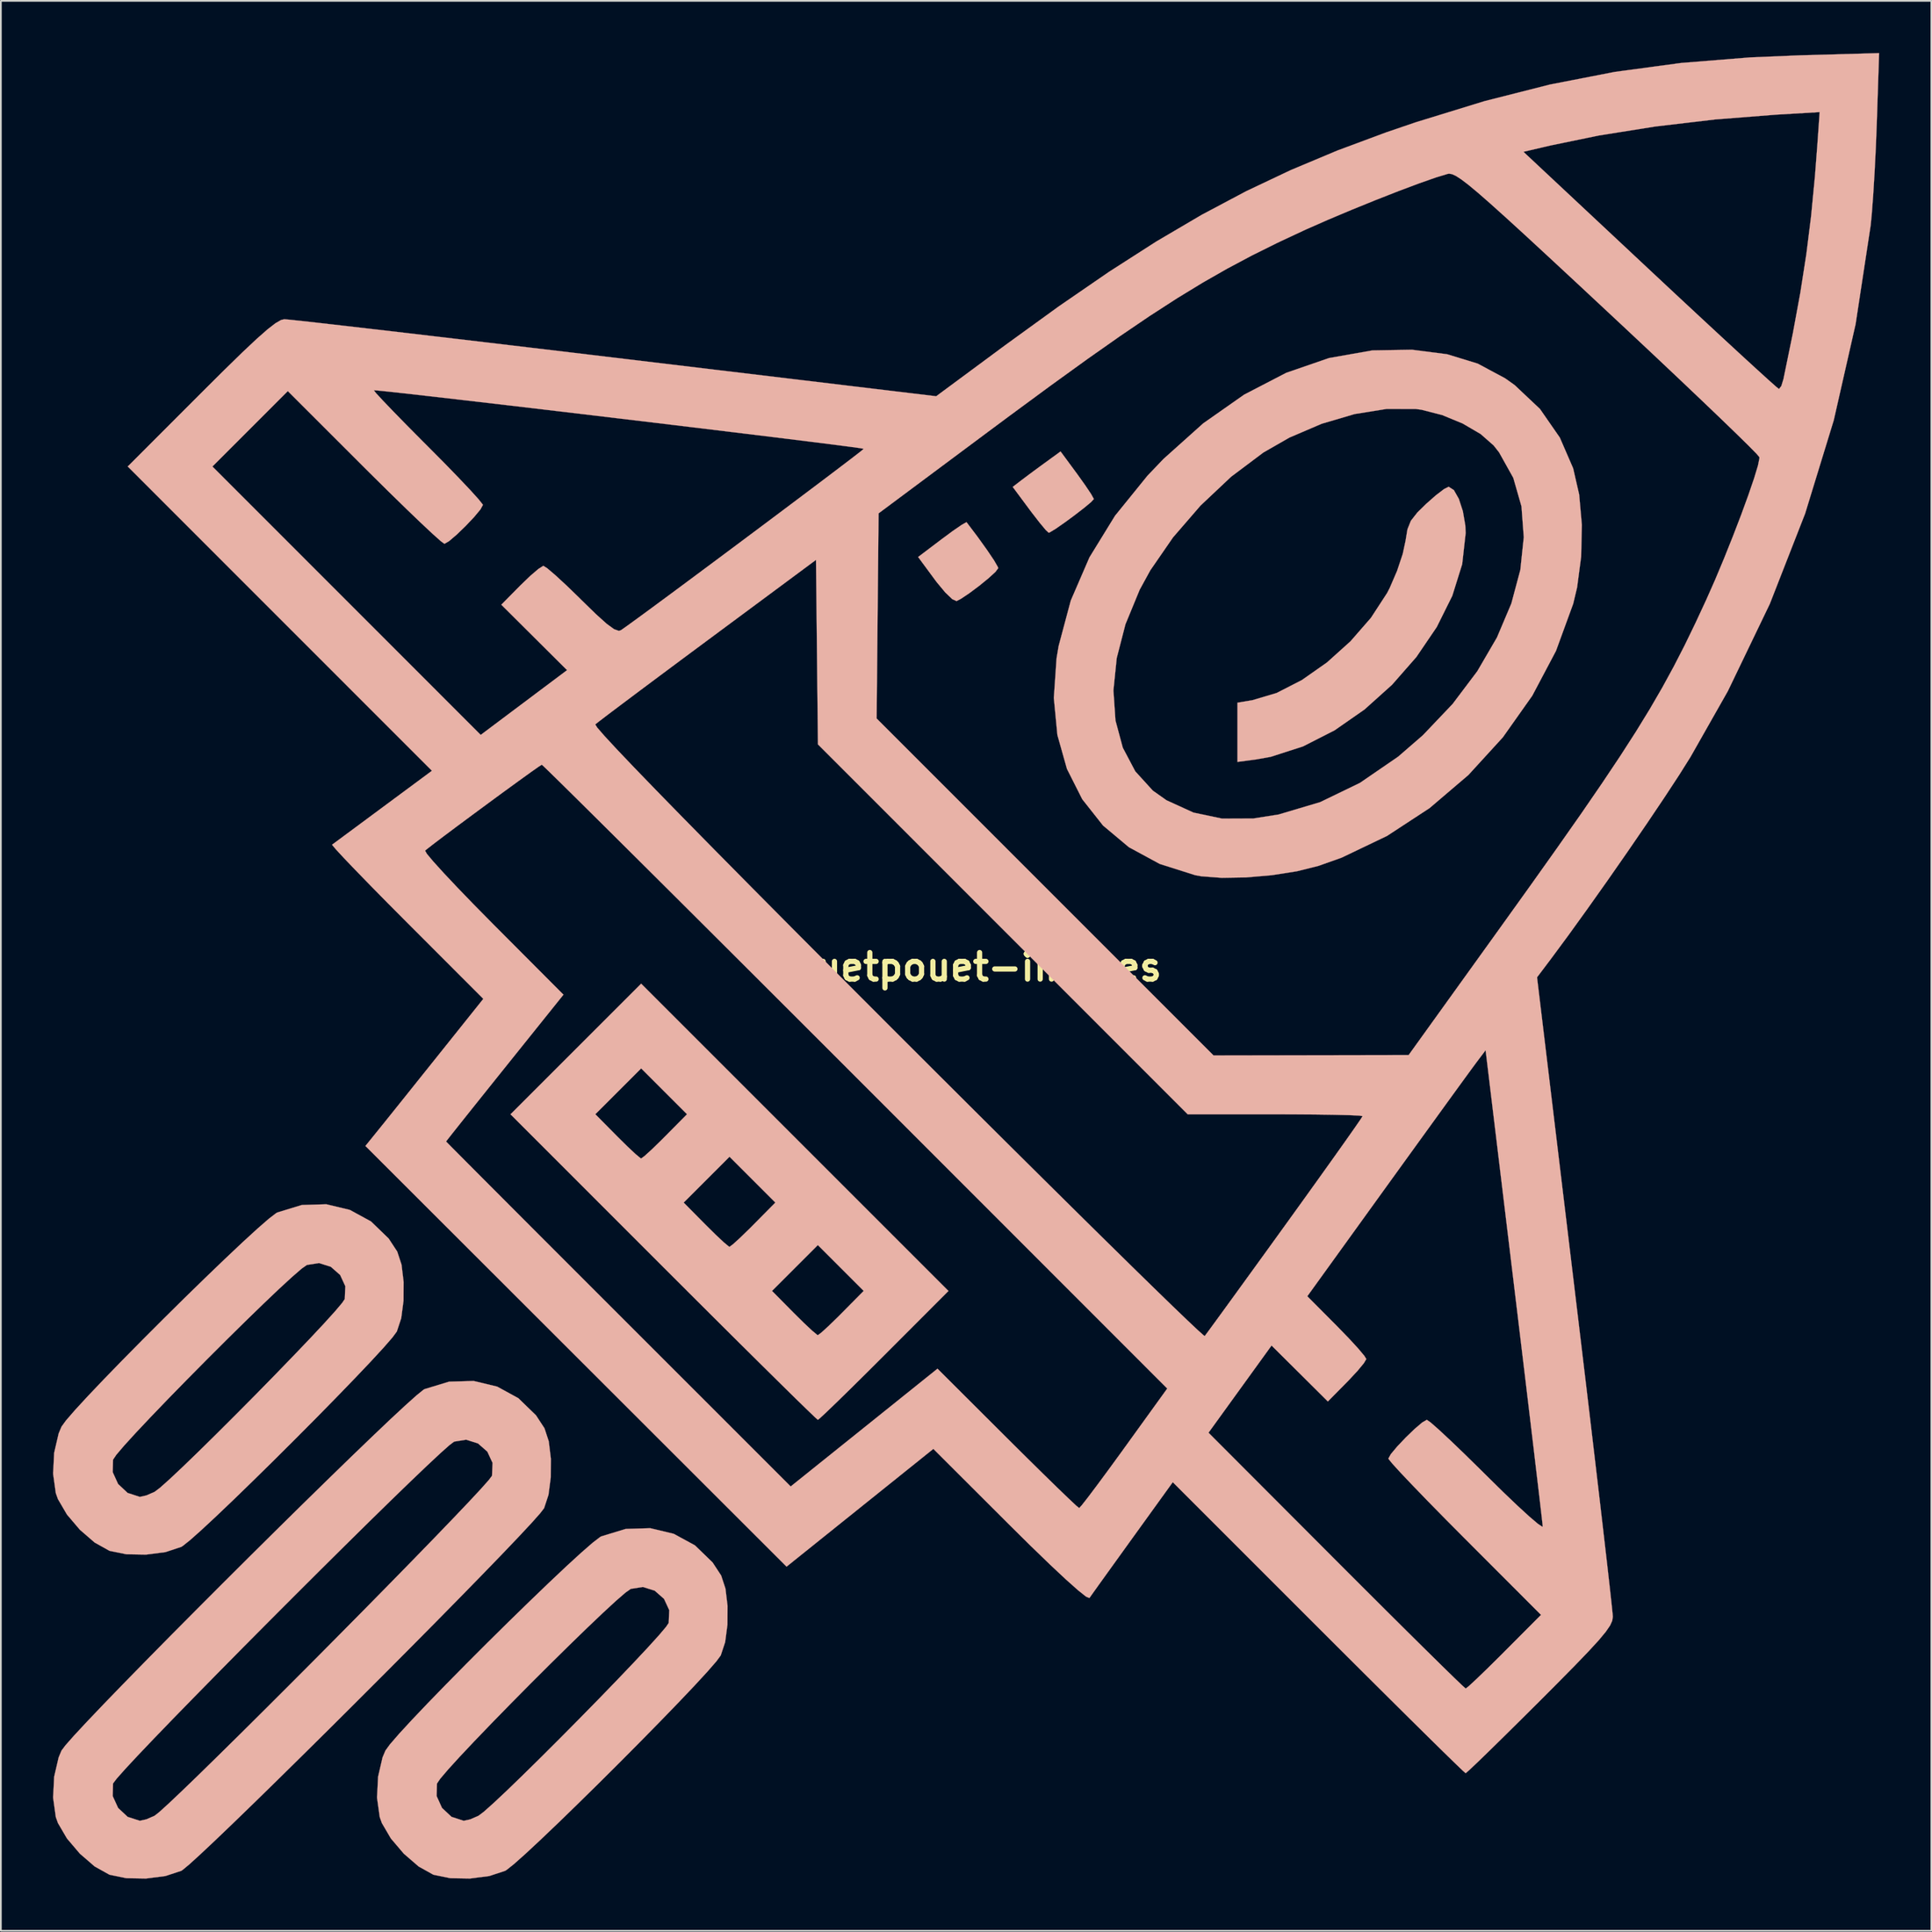
<source format=kicad_pcb>
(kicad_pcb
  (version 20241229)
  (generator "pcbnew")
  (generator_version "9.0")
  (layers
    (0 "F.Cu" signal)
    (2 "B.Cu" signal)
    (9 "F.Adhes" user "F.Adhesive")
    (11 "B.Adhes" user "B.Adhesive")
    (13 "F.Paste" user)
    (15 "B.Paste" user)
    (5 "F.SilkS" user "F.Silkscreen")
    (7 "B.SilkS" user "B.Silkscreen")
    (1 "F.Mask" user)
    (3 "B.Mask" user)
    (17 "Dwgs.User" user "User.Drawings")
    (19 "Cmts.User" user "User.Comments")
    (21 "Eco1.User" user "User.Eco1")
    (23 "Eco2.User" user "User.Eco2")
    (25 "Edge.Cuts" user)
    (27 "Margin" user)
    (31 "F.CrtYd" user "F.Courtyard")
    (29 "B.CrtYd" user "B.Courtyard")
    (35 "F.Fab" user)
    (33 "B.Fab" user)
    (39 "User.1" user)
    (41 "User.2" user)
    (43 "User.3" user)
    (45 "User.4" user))
  (footprint "pouetpouet-images"
    (layer "F.Cu")
    (at 52.447 52.562)
    (property "Reference" "pouetpouet-images" (at 0 0 0) (layer "F.SilkS") (effects (font (size 1.524 1.524) (thickness 0.3))))
    (attr through_hole)
    (fp_poly (pts (xy 0.719 -24.743) (xy 1.262 -23.987) (xy 1.667 -23.385) (xy 1.883 -23.01) (xy 1.905 -22.939) (xy 1.748 -22.728) (xy 1.348 -22.362) (xy 0.812 -21.925) (xy 0.245 -21.501) (xy -0.246 -21.174) (xy -0.49 -21.047) (xy -0.735 -21.157) (xy -1.141 -21.545) (xy -1.634 -22.139) (xy -1.727 -22.263) (xy -2.7 -23.582) (xy -1.334 -24.616) (xy -0.697 -25.086) (xy -0.203 -25.425) (xy 0.064 -25.577) (xy 0.088 -25.578) (xy 0.719 -24.743)) (stroke (width 0.01) (type solid)) (fill yes) (layer "B.SilkS"))
    (fp_poly (pts (xy 6.45 -28.349) (xy 6.906 -27.711) (xy 7.243 -27.207) (xy 7.398 -26.93) (xy 7.402 -26.911) (xy 7.242 -26.737) (xy 6.838 -26.401) (xy 6.294 -25.981) (xy 5.715 -25.556) (xy 5.206 -25.202) (xy 4.871 -24.999) (xy 4.808 -24.977) (xy 4.639 -25.134) (xy 4.29 -25.552) (xy 3.829 -26.147) (xy 3.719 -26.294) (xy 2.74 -27.612) (xy 3.222 -27.983) (xy 3.682 -28.329) (xy 4.298 -28.784) (xy 4.598 -29.002) (xy 5.491 -29.651) (xy 6.45 -28.349)) (stroke (width 0.01) (type solid)) (fill yes) (layer "B.SilkS"))
    (fp_poly (pts (xy 28.107 -27.429) (xy 28.394 -26.922) (xy 28.626 -26.21) (xy 28.765 -25.4) (xy 28.786 -24.962) (xy 28.586 -23.17) (xy 28.017 -21.351) (xy 27.124 -19.556) (xy 25.954 -17.834) (xy 24.553 -16.236) (xy 22.969 -14.813) (xy 21.248 -13.615) (xy 19.435 -12.691) (xy 17.578 -12.092) (xy 16.744 -11.942) (xy 15.663 -11.799) (xy 15.663 -15.203) (xy 16.523 -15.348) (xy 17.912 -15.76) (xy 19.367 -16.505) (xy 20.81 -17.517) (xy 22.16 -18.731) (xy 23.339 -20.083) (xy 24.267 -21.507) (xy 24.419 -21.802) (xy 24.842 -22.783) (xy 25.169 -23.763) (xy 25.331 -24.522) (xy 25.439 -25.177) (xy 25.635 -25.664) (xy 26.004 -26.136) (xy 26.516 -26.639) (xy 27.08 -27.136) (xy 27.545 -27.489) (xy 27.807 -27.622) (xy 28.107 -27.429)) (stroke (width 0.01) (type solid)) (fill yes) (layer "B.SilkS"))
    (fp_poly (pts (xy -9.791 9.789) (xy -0.955 18.625) (xy -4.656 22.33) (xy -5.678 23.349) (xy -6.601 24.261) (xy -7.383 25.026) (xy -7.982 25.602) (xy -8.356 25.949) (xy -8.465 26.035) (xy -8.631 25.889) (xy -9.068 25.47) (xy -9.752 24.804) (xy -10.654 23.916) (xy -11.75 22.834) (xy -13.012 21.583) (xy -14.413 20.189) (xy -15.928 18.679) (xy -15.984 18.622) (xy -11.104 18.622) (xy -9.845 19.894) (xy -9.259 20.473) (xy -8.787 20.915) (xy -8.506 21.147) (xy -8.467 21.167) (xy -8.274 21.026) (xy -7.862 20.652) (xy -7.309 20.115) (xy -7.089 19.894) (xy -5.83 18.622) (xy -7.148 17.304) (xy -8.467 15.985) (xy -11.104 18.622) (xy -15.984 18.622) (xy -17.357 17.251) (xy -21.065 13.542) (xy -16.184 13.542) (xy -14.925 14.814) (xy -14.339 15.393) (xy -13.867 15.835) (xy -13.586 16.067) (xy -13.547 16.087) (xy -13.354 15.946) (xy -12.942 15.572) (xy -12.389 15.035) (xy -12.169 14.814) (xy -10.91 13.542) (xy -12.228 12.224) (xy -13.547 10.905) (xy -14.865 12.224) (xy -16.184 13.542) (xy -21.065 13.542) (xy -26.139 8.466) (xy -26.135 8.462) (xy -21.264 8.462) (xy -20.005 9.734) (xy -19.419 10.313) (xy -18.947 10.755) (xy -18.666 10.987) (xy -18.627 11.007) (xy -18.434 10.866) (xy -18.022 10.492) (xy -17.469 9.955) (xy -17.249 9.734) (xy -15.99 8.462) (xy -17.308 7.144) (xy -18.627 5.825) (xy -19.945 7.144) (xy -21.264 8.462) (xy -26.135 8.462) (xy -22.383 4.71) (xy -18.626 0.954) (xy -9.791 9.789)) (stroke (width 0.01) (type solid)) (fill yes) (layer "B.SilkS"))
    (fp_poly (pts (xy 27.72 -35.241) (xy 29.477 -34.703) (xy 31.055 -33.857) (xy 31.601 -33.469) (xy 33.058 -32.096) (xy 34.2 -30.449) (xy 34.967 -28.681) (xy 35.313 -27.17) (xy 35.467 -25.429) (xy 35.427 -23.602) (xy 35.194 -21.835) (xy 34.97 -20.894) (xy 33.978 -18.179) (xy 32.616 -15.605) (xy 30.924 -13.213) (xy 28.941 -11.044) (xy 26.708 -9.141) (xy 24.265 -7.543) (xy 21.653 -6.293) (xy 20.32 -5.819) (xy 19.078 -5.509) (xy 17.647 -5.285) (xy 16.161 -5.156) (xy 14.758 -5.132) (xy 13.573 -5.223) (xy 13.229 -5.286) (xy 11.193 -5.932) (xy 9.421 -6.893) (xy 7.931 -8.142) (xy 6.738 -9.653) (xy 5.858 -11.397) (xy 5.308 -13.348) (xy 5.104 -15.479) (xy 5.134 -15.912) (xy 8.53 -15.912) (xy 8.648 -14.18) (xy 9.069 -12.615) (xy 9.786 -11.257) (xy 10.795 -10.148) (xy 11.581 -9.593) (xy 13.132 -8.885) (xy 14.778 -8.538) (xy 16.575 -8.545) (xy 18.03 -8.774) (xy 20.422 -9.486) (xy 22.707 -10.592) (xy 24.904 -12.1) (xy 26.329 -13.335) (xy 28.034 -15.128) (xy 29.456 -17.014) (xy 30.586 -18.954) (xy 31.414 -20.909) (xy 31.931 -22.843) (xy 32.128 -24.717) (xy 31.996 -26.494) (xy 31.525 -28.134) (xy 30.706 -29.601) (xy 30.395 -29.997) (xy 29.646 -30.654) (xy 28.612 -31.259) (xy 27.433 -31.745) (xy 26.246 -32.049) (xy 25.906 -32.095) (xy 24.237 -32.096) (xy 22.402 -31.802) (xy 20.504 -31.243) (xy 18.648 -30.448) (xy 17.154 -29.591) (xy 15.301 -28.2) (xy 13.54 -26.54) (xy 11.959 -24.712) (xy 10.65 -22.814) (xy 10.041 -21.702) (xy 9.222 -19.714) (xy 8.72 -17.77) (xy 8.53 -15.912) (xy 5.134 -15.912) (xy 5.261 -17.763) (xy 5.38 -18.463) (xy 6.078 -21.075) (xy 7.154 -23.563) (xy 8.622 -25.951) (xy 10.492 -28.26) (xy 11.415 -29.225) (xy 13.694 -31.267) (xy 16.049 -32.919) (xy 18.467 -34.173) (xy 20.931 -35.023) (xy 23.426 -35.462) (xy 25.703 -35.5) (xy 27.72 -35.241)) (stroke (width 0.01) (type solid)) (fill yes) (layer "B.SilkS"))
    (fp_poly (pts (xy -35.381 13.963) (xy -34.163 14.627) (xy -33.148 15.608) (xy -32.654 16.361) (xy -32.407 17.111) (xy -32.287 18.106) (xy -32.293 19.185) (xy -32.424 20.189) (xy -32.677 20.955) (xy -32.93 21.299) (xy -33.447 21.892) (xy -34.185 22.693) (xy -35.104 23.66) (xy -36.16 24.752) (xy -37.312 25.926) (xy -38.52 27.141) (xy -39.74 28.356) (xy -40.932 29.528) (xy -42.052 30.616) (xy -43.061 31.578) (xy -43.916 32.373) (xy -44.575 32.959) (xy -44.997 33.294) (xy -45.075 33.342) (xy -45.983 33.642) (xy -47.098 33.786) (xy -48.229 33.766) (xy -49.184 33.572) (xy -49.212 33.561) (xy -50.053 33.092) (xy -50.903 32.357) (xy -51.646 31.483) (xy -52.165 30.595) (xy -52.288 30.249) (xy -52.442 29.141) (xy -52.438 29.047) (xy -49.015 29.047) (xy -48.706 29.725) (xy -48.159 30.239) (xy -47.461 30.465) (xy -47.456 30.466) (xy -47.081 30.383) (xy -46.609 30.178) (xy -46.295 29.941) (xy -45.74 29.446) (xy -44.987 28.738) (xy -44.077 27.859) (xy -43.053 26.851) (xy -41.957 25.758) (xy -40.831 24.623) (xy -39.718 23.487) (xy -38.66 22.394) (xy -37.698 21.388) (xy -36.876 20.51) (xy -36.236 19.803) (xy -35.819 19.31) (xy -35.67 19.087) (xy -35.639 18.351) (xy -35.937 17.705) (xy -36.474 17.234) (xy -37.155 17.019) (xy -37.851 17.13) (xy -38.153 17.342) (xy -38.7 17.816) (xy -39.451 18.507) (xy -40.362 19.374) (xy -41.392 20.374) (xy -42.498 21.464) (xy -43.637 22.602) (xy -44.768 23.745) (xy -45.848 24.85) (xy -46.834 25.876) (xy -47.685 26.779) (xy -48.357 27.516) (xy -48.808 28.046) (xy -48.997 28.326) (xy -48.997 28.326) (xy -49.015 29.047) (xy -52.438 29.047) (xy -52.382 27.931) (xy -52.124 26.821) (xy -51.96 26.429) (xy -51.707 26.079) (xy -51.19 25.482) (xy -50.451 24.679) (xy -49.532 23.712) (xy -48.473 22.622) (xy -47.319 21.452) (xy -46.109 20.241) (xy -44.887 19.033) (xy -43.693 17.869) (xy -42.57 16.79) (xy -41.56 15.837) (xy -40.703 15.052) (xy -40.044 14.477) (xy -39.622 14.153) (xy -39.546 14.111) (xy -38.143 13.682) (xy -36.731 13.64) (xy -35.381 13.963)) (stroke (width 0.01) (type solid)) (fill yes) (layer "B.SilkS"))
    (fp_poly (pts (xy -16.754 32.59) (xy -15.536 33.253) (xy -14.521 34.235) (xy -14.027 34.988) (xy -13.78 35.738) (xy -13.66 36.733) (xy -13.666 37.812) (xy -13.797 38.816) (xy -14.05 39.582) (xy -14.304 39.925) (xy -14.821 40.519) (xy -15.559 41.32) (xy -16.477 42.287) (xy -17.533 43.378) (xy -18.686 44.552) (xy -19.893 45.768) (xy -21.113 46.982) (xy -22.305 48.154) (xy -23.426 49.243) (xy -24.435 50.205) (xy -25.289 51) (xy -25.948 51.586) (xy -26.37 51.921) (xy -26.449 51.969) (xy -27.357 52.268) (xy -28.471 52.413) (xy -29.602 52.393) (xy -30.557 52.198) (xy -30.586 52.188) (xy -31.426 51.719) (xy -32.276 50.984) (xy -33.019 50.11) (xy -33.538 49.222) (xy -33.661 48.876) (xy -33.816 47.767) (xy -33.811 47.673) (xy -30.388 47.673) (xy -30.08 48.352) (xy -29.532 48.866) (xy -28.834 49.092) (xy -28.829 49.092) (xy -28.454 49.01) (xy -27.982 48.805) (xy -27.668 48.567) (xy -27.114 48.073) (xy -26.36 47.365) (xy -25.45 46.486) (xy -24.426 45.478) (xy -23.33 44.385) (xy -22.204 43.249) (xy -21.091 42.114) (xy -20.033 41.021) (xy -19.072 40.014) (xy -18.249 39.136) (xy -17.609 38.43) (xy -17.192 37.937) (xy -17.043 37.714) (xy -17.012 36.978) (xy -17.311 36.332) (xy -17.847 35.86) (xy -18.529 35.646) (xy -19.225 35.756) (xy -19.526 35.969) (xy -20.074 36.442) (xy -20.824 37.134) (xy -21.735 38.001) (xy -22.765 39.001) (xy -23.871 40.091) (xy -25.011 41.228) (xy -26.141 42.371) (xy -27.221 43.477) (xy -28.207 44.502) (xy -29.058 45.405) (xy -29.73 46.143) (xy -30.181 46.673) (xy -30.37 46.952) (xy -30.37 46.953) (xy -30.388 47.673) (xy -33.811 47.673) (xy -33.755 46.557) (xy -33.498 45.447) (xy -33.333 45.056) (xy -33.08 44.706) (xy -32.563 44.108) (xy -31.824 43.305) (xy -30.905 42.338) (xy -29.847 41.249) (xy -28.692 40.078) (xy -27.483 38.868) (xy -26.26 37.66) (xy -25.066 36.496) (xy -23.943 35.416) (xy -22.933 34.463) (xy -22.077 33.679) (xy -21.417 33.104) (xy -20.995 32.78) (xy -20.92 32.737) (xy -19.516 32.309) (xy -18.104 32.267) (xy -16.754 32.59)) (stroke (width 0.01) (type solid)) (fill yes) (layer "B.SilkS"))
    (fp_poly (pts (xy -26.907 24.125) (xy -25.69 24.791) (xy -24.676 25.774) (xy -24.187 26.521) (xy -23.941 27.27) (xy -23.82 28.264) (xy -23.826 29.343) (xy -23.956 30.347) (xy -24.209 31.115) (xy -24.435 31.409) (xy -24.932 31.968) (xy -25.67 32.759) (xy -26.618 33.753) (xy -27.745 34.918) (xy -29.02 36.223) (xy -30.411 37.638) (xy -31.89 39.131) (xy -33.423 40.673) (xy -34.981 42.231) (xy -36.532 43.776) (xy -38.046 45.275) (xy -39.492 46.699) (xy -40.839 48.017) (xy -42.055 49.196) (xy -43.111 50.208) (xy -43.975 51.02) (xy -44.616 51.603) (xy -45.004 51.924) (xy -45.075 51.97) (xy -45.985 52.269) (xy -47.101 52.413) (xy -48.232 52.393) (xy -49.186 52.197) (xy -49.212 52.188) (xy -50.053 51.719) (xy -50.903 50.984) (xy -51.646 50.11) (xy -52.165 49.222) (xy -52.288 48.876) (xy -52.442 47.767) (xy -52.438 47.675) (xy -49.015 47.675) (xy -48.705 48.354) (xy -48.156 48.868) (xy -47.457 49.092) (xy -47.456 49.092) (xy -47.081 49.009) (xy -46.609 48.804) (xy -46.336 48.589) (xy -45.804 48.106) (xy -45.044 47.387) (xy -44.086 46.462) (xy -42.963 45.363) (xy -41.704 44.122) (xy -40.342 42.769) (xy -38.906 41.336) (xy -37.429 39.855) (xy -35.942 38.356) (xy -34.474 36.871) (xy -33.059 35.431) (xy -31.726 34.068) (xy -30.506 32.812) (xy -29.432 31.696) (xy -28.533 30.751) (xy -27.841 30.007) (xy -27.388 29.497) (xy -27.203 29.251) (xy -27.202 29.247) (xy -27.172 28.51) (xy -27.473 27.863) (xy -28.011 27.392) (xy -28.692 27.178) (xy -29.381 27.288) (xy -29.643 27.483) (xy -30.167 27.949) (xy -30.922 28.654) (xy -31.877 29.566) (xy -33.001 30.654) (xy -34.262 31.888) (xy -35.629 33.236) (xy -37.072 34.667) (xy -38.558 36.149) (xy -40.058 37.652) (xy -41.539 39.143) (xy -42.97 40.593) (xy -44.321 41.969) (xy -45.561 43.24) (xy -46.657 44.376) (xy -47.58 45.345) (xy -48.297 46.116) (xy -48.778 46.657) (xy -48.992 46.937) (xy -48.998 46.953) (xy -49.015 47.675) (xy -52.438 47.675) (xy -52.382 46.557) (xy -52.124 45.446) (xy -51.961 45.056) (xy -51.734 44.754) (xy -51.236 44.19) (xy -50.496 43.394) (xy -49.547 42.398) (xy -48.418 41.231) (xy -47.141 39.926) (xy -45.748 38.511) (xy -44.267 37.02) (xy -42.732 35.482) (xy -41.172 33.927) (xy -39.619 32.388) (xy -38.104 30.895) (xy -36.657 29.478) (xy -35.309 28.168) (xy -34.092 26.997) (xy -33.037 25.994) (xy -32.173 25.192) (xy -31.533 24.619) (xy -31.148 24.309) (xy -31.08 24.268) (xy -29.672 23.841) (xy -28.258 23.801) (xy -26.907 24.125)) (stroke (width 0.01) (type solid)) (fill yes) (layer "B.SilkS"))
    (fp_poly (pts (xy 52.428 -48.557) (xy 52.373 -47.134) (xy 52.301 -45.704) (xy 52.22 -44.382) (xy 52.137 -43.281) (xy 52.075 -42.651) (xy 51.208 -36.968) (xy 49.952 -31.443) (xy 48.307 -26.081) (xy 46.277 -20.888) (xy 43.863 -15.871) (xy 41.714 -12.083) (xy 41.064 -11.048) (xy 40.211 -9.748) (xy 39.208 -8.256) (xy 38.105 -6.646) (xy 36.953 -4.992) (xy 35.803 -3.369) (xy 34.707 -1.848) (xy 33.716 -0.506) (xy 33.552 -0.288) (xy 32.89 0.589) (xy 35.066 18.656) (xy 35.394 21.389) (xy 35.708 24.011) (xy 36.003 26.491) (xy 36.275 28.795) (xy 36.522 30.894) (xy 36.738 32.754) (xy 36.922 34.345) (xy 37.068 35.634) (xy 37.173 36.589) (xy 37.234 37.179) (xy 37.248 37.361) (xy 37.215 37.586) (xy 37.092 37.86) (xy 36.846 38.219) (xy 36.447 38.7) (xy 35.861 39.339) (xy 35.059 40.173) (xy 34.007 41.239) (xy 33.071 42.177) (xy 31.982 43.261) (xy 30.991 44.241) (xy 30.137 45.078) (xy 29.46 45.735) (xy 28.998 46.172) (xy 28.791 46.352) (xy 28.784 46.355) (xy 28.62 46.21) (xy 28.183 45.791) (xy 27.502 45.127) (xy 26.604 44.243) (xy 25.515 43.168) (xy 24.264 41.926) (xy 22.876 40.546) (xy 21.38 39.054) (xy 20.312 37.987) (xy 11.944 29.619) (xy 9.623 32.836) (xy 8.883 33.864) (xy 8.223 34.781) (xy 7.686 35.528) (xy 7.314 36.049) (xy 7.149 36.283) (xy 6.96 36.204) (xy 6.504 35.842) (xy 5.804 35.22) (xy 4.888 34.362) (xy 3.779 33.29) (xy 2.585 32.109) (xy -1.825 27.706) (xy -10.266 34.478) (xy -22.374 22.382) (xy -34.483 10.286) (xy -33.79 9.429) (xy -33.442 8.998) (xy -32.884 8.303) (xy -32.169 7.411) (xy -31.352 6.389) (xy -30.485 5.306) (xy -30.4 5.2) (xy -27.704 1.827) (xy -32.098 -2.571) (xy -33.207 -3.686) (xy -34.206 -4.702) (xy -35.061 -5.581) (xy -35.734 -6.285) (xy -36.111 -6.694) (xy -31.053 -6.694) (xy -30.949 -6.511) (xy -30.581 -6.072) (xy -29.985 -5.414) (xy -29.199 -4.579) (xy -28.26 -3.606) (xy -27.205 -2.536) (xy -27.149 -2.479) (xy -23.096 1.587) (xy -26.471 5.794) (xy -27.385 6.935) (xy -28.206 7.961) (xy -28.897 8.827) (xy -29.423 9.489) (xy -29.75 9.904) (xy -29.845 10.028) (xy -29.699 10.179) (xy -29.279 10.603) (xy -28.608 11.278) (xy -27.712 12.178) (xy -26.615 13.278) (xy -25.342 14.554) (xy -23.917 15.981) (xy -22.365 17.534) (xy -20.711 19.188) (xy -19.937 19.962) (xy -10.029 29.868) (xy -5.808 26.482) (xy -1.587 23.095) (xy 2.433 27.105) (xy 3.501 28.166) (xy 4.471 29.122) (xy 5.301 29.932) (xy 5.953 30.56) (xy 6.386 30.966) (xy 6.561 31.111) (xy 6.561 31.111) (xy 6.711 30.946) (xy 7.069 30.489) (xy 7.595 29.79) (xy 8.251 28.902) (xy 8.998 27.877) (xy 9.146 27.671) (xy 9.792 26.776) (xy 13.998 26.776) (xy 21.338 34.131) (xy 22.792 35.585) (xy 24.153 36.944) (xy 25.395 38.178) (xy 26.488 39.26) (xy 27.402 40.16) (xy 28.109 40.85) (xy 28.579 41.301) (xy 28.784 41.484) (xy 28.79 41.487) (xy 28.971 41.345) (xy 29.392 40.955) (xy 29.998 40.372) (xy 30.731 39.648) (xy 31.01 39.369) (xy 33.12 37.251) (xy 28.731 32.858) (xy 27.617 31.737) (xy 26.607 30.707) (xy 25.738 29.808) (xy 25.048 29.08) (xy 24.574 28.56) (xy 24.353 28.289) (xy 24.342 28.263) (xy 24.485 28.005) (xy 24.85 27.569) (xy 25.337 27.055) (xy 25.848 26.562) (xy 26.285 26.189) (xy 26.549 26.035) (xy 26.554 26.035) (xy 26.761 26.178) (xy 27.22 26.58) (xy 27.882 27.195) (xy 28.702 27.981) (xy 29.632 28.894) (xy 30.001 29.26) (xy 30.943 30.187) (xy 31.776 30.982) (xy 32.456 31.605) (xy 32.944 32.019) (xy 33.194 32.185) (xy 33.219 32.171) (xy 33.192 31.911) (xy 33.119 31.267) (xy 33.003 30.275) (xy 32.848 28.971) (xy 32.661 27.391) (xy 32.443 25.572) (xy 32.201 23.55) (xy 31.937 21.36) (xy 31.657 19.039) (xy 31.57 18.318) (xy 29.933 4.781) (xy 29.382 5.512) (xy 29.133 5.85) (xy 28.668 6.487) (xy 28.019 7.38) (xy 27.219 8.485) (xy 26.298 9.758) (xy 25.288 11.155) (xy 24.254 12.587) (xy 19.679 18.929) (xy 21.375 20.634) (xy 22.051 21.33) (xy 22.599 21.926) (xy 22.959 22.355) (xy 23.072 22.54) (xy 22.932 22.778) (xy 22.565 23.222) (xy 22.045 23.78) (xy 21.966 23.86) (xy 20.861 24.979) (xy 19.243 23.37) (xy 17.624 21.761) (xy 15.811 24.268) (xy 13.998 26.776) (xy 9.792 26.776) (xy 11.625 24.236) (xy -6.305 6.297) (xy -8.596 4.006) (xy -10.805 1.799) (xy -12.911 -0.304) (xy -14.898 -2.286) (xy -16.746 -4.128) (xy -18.437 -5.811) (xy -19.952 -7.318) (xy -21.274 -8.63) (xy -22.384 -9.729) (xy -23.263 -10.596) (xy -23.893 -11.214) (xy -24.256 -11.563) (xy -24.341 -11.638) (xy -24.53 -11.518) (xy -24.995 -11.191) (xy -25.67 -10.704) (xy -26.494 -10.105) (xy -27.402 -9.439) (xy -28.33 -8.754) (xy -29.216 -8.097) (xy -29.994 -7.515) (xy -30.602 -7.054) (xy -30.975 -6.762) (xy -31.053 -6.694) (xy -36.111 -6.694) (xy -36.189 -6.778) (xy -36.391 -7.021) (xy -36.397 -7.04) (xy -36.203 -7.184) (xy -35.727 -7.536) (xy -35.028 -8.053) (xy -34.164 -8.693) (xy -33.48 -9.2) (xy -30.658 -11.289) (xy -39.405 -20.037) (xy -48.151 -28.786) (xy -48.15 -28.786) (xy -43.283 -28.786) (xy -35.568 -21.069) (xy -27.853 -13.351) (xy -27.208 -13.835) (xy -27.049 -13.954) (xy -21.267 -13.954) (xy -21.153 -13.771) (xy -20.74 -13.295) (xy -20.033 -12.531) (xy -19.037 -11.484) (xy -17.754 -10.157) (xy -16.19 -8.555) (xy -14.348 -6.682) (xy -12.233 -4.541) (xy -9.848 -2.138) (xy -7.198 0.523) (xy -4.287 3.439) (xy -3.916 3.81) (xy -1.649 6.074) (xy 0.535 8.251) (xy 2.617 10.322) (xy 4.58 12.269) (xy 6.404 14.074) (xy 8.07 15.718) (xy 9.56 17.182) (xy 10.856 18.449) (xy 11.938 19.5) (xy 12.789 20.317) (xy 13.389 20.882) (xy 13.719 21.176) (xy 13.781 21.215) (xy 13.933 21.013) (xy 14.303 20.508) (xy 14.864 19.738) (xy 15.586 18.743) (xy 16.441 17.563) (xy 17.4 16.238) (xy 18.39 14.867) (xy 19.416 13.443) (xy 20.359 12.128) (xy 21.191 10.963) (xy 21.885 9.985) (xy 22.413 9.234) (xy 22.747 8.749) (xy 22.86 8.57) (xy 22.658 8.541) (xy 22.091 8.515) (xy 21.217 8.494) (xy 20.094 8.478) (xy 18.78 8.469) (xy 17.832 8.467) (xy 12.804 8.467) (xy 2.172 -2.17) (xy -8.461 -12.806) (xy -8.477 -14.296) (xy -5.087 -14.296) (xy 14.286 5.08) (xy 19.896 5.07) (xy 25.506 5.06) (xy 30.667 -2.118) (xy 32.478 -4.644) (xy 34.059 -6.869) (xy 35.436 -8.832) (xy 36.631 -10.573) (xy 37.671 -12.129) (xy 38.579 -13.54) (xy 39.379 -14.844) (xy 40.096 -16.08) (xy 40.754 -17.286) (xy 41.378 -18.501) (xy 41.991 -19.764) (xy 42.618 -21.113) (xy 43.122 -22.251) (xy 43.641 -23.49) (xy 44.15 -24.762) (xy 44.626 -26) (xy 45.041 -27.137) (xy 45.372 -28.105) (xy 45.594 -28.838) (xy 45.681 -29.267) (xy 45.678 -29.324) (xy 45.515 -29.516) (xy 45.07 -29.969) (xy 44.371 -30.655) (xy 43.446 -31.549) (xy 42.323 -32.623) (xy 41.03 -33.851) (xy 39.595 -35.205) (xy 38.046 -36.658) (xy 36.958 -37.675) (xy 35.09 -39.417) (xy 33.504 -40.89) (xy 32.176 -42.117) (xy 31.081 -43.117) (xy 30.194 -43.914) (xy 29.491 -44.529) (xy 28.945 -44.983) (xy 28.531 -45.298) (xy 28.226 -45.496) (xy 28.003 -45.597) (xy 27.838 -45.624) (xy 27.751 -45.612) (xy 27.081 -45.409) (xy 26.109 -45.068) (xy 24.918 -44.621) (xy 23.594 -44.101) (xy 22.22 -43.543) (xy 20.881 -42.979) (xy 19.66 -42.442) (xy 19.47 -42.355) (xy 17.942 -41.64) (xy 16.494 -40.92) (xy 15.081 -40.168) (xy 13.66 -39.356) (xy 12.189 -38.459) (xy 10.624 -37.447) (xy 8.923 -36.293) (xy 7.042 -34.971) (xy 4.939 -33.452) (xy 2.57 -31.709) (xy 1.27 -30.743) (xy -4.974 -26.092) (xy -5.031 -20.194) (xy -5.087 -14.296) (xy -8.477 -14.296) (xy -8.517 -18.111) (xy -8.572 -23.417) (xy -14.817 -18.788) (xy -16.247 -17.727) (xy -17.573 -16.74) (xy -18.756 -15.857) (xy -19.756 -15.107) (xy -20.534 -14.521) (xy -21.05 -14.127) (xy -21.266 -13.955) (xy -21.267 -13.954) (xy -27.049 -13.954) (xy -26.767 -14.166) (xy -26.093 -14.672) (xy -25.289 -15.274) (xy -24.726 -15.697) (xy -22.888 -17.075) (xy -24.778 -18.957) (xy -26.668 -20.838) (xy -25.565 -21.955) (xy -25.003 -22.497) (xy -24.539 -22.893) (xy -24.264 -23.069) (xy -24.247 -23.072) (xy -24.024 -22.93) (xy -23.568 -22.542) (xy -22.941 -21.964) (xy -22.206 -21.253) (xy -22.068 -21.116) (xy -21.217 -20.286) (xy -20.605 -19.736) (xy -20.185 -19.431) (xy -19.912 -19.335) (xy -19.792 -19.37) (xy -19.428 -19.626) (xy -18.797 -20.084) (xy -17.941 -20.712) (xy -16.904 -21.477) (xy -15.729 -22.349) (xy -14.458 -23.294) (xy -13.135 -24.28) (xy -11.802 -25.276) (xy -10.504 -26.248) (xy -9.282 -27.166) (xy -8.179 -27.996) (xy -7.24 -28.707) (xy -6.506 -29.266) (xy -6.021 -29.641) (xy -5.828 -29.801) (xy -5.827 -29.804) (xy -6.042 -29.842) (xy -6.634 -29.923) (xy -7.563 -30.044) (xy -8.786 -30.198) (xy -10.26 -30.381) (xy -11.945 -30.588) (xy -13.797 -30.814) (xy -15.775 -31.053) (xy -17.837 -31.302) (xy -19.94 -31.553) (xy -22.042 -31.804) (xy -24.102 -32.048) (xy -26.077 -32.281) (xy -27.926 -32.497) (xy -29.606 -32.692) (xy -31.075 -32.86) (xy -32.29 -32.997) (xy -33.211 -33.098) (xy -33.795 -33.157) (xy -34 -33.169) (xy -33.876 -33.008) (xy -33.494 -32.594) (xy -32.897 -31.97) (xy -32.127 -31.182) (xy -31.227 -30.274) (xy -30.896 -29.943) (xy -29.955 -28.995) (xy -29.125 -28.14) (xy -28.451 -27.427) (xy -27.976 -26.901) (xy -27.744 -26.61) (xy -27.728 -26.574) (xy -27.872 -26.314) (xy -28.236 -25.877) (xy -28.724 -25.361) (xy -29.235 -24.868) (xy -29.672 -24.495) (xy -29.937 -24.342) (xy -29.941 -24.342) (xy -30.141 -24.486) (xy -30.599 -24.894) (xy -31.277 -25.528) (xy -32.135 -26.351) (xy -33.134 -27.326) (xy -34.235 -28.415) (xy -34.553 -28.732) (xy -38.947 -33.123) (xy -43.283 -28.786) (xy -48.15 -28.786) (xy -43.921 -33.019) (xy -42.609 -34.325) (xy -41.556 -35.352) (xy -40.733 -36.126) (xy -40.109 -36.675) (xy -39.651 -37.028) (xy -39.331 -37.211) (xy -39.148 -37.253) (xy -38.86 -37.229) (xy -38.184 -37.157) (xy -37.149 -37.042) (xy -35.788 -36.886) (xy -34.131 -36.695) (xy -32.21 -36.472) (xy -30.056 -36.219) (xy -27.7 -35.941) (xy -25.173 -35.641) (xy -22.507 -35.324) (xy -20.133 -35.04) (xy -1.661 -32.826) (xy 2.292 -35.75) (xy 5.403 -38.004) (xy 8.284 -39.984) (xy 10.997 -41.724) (xy 13.604 -43.257) (xy 16.165 -44.617) (xy 18.742 -45.837) (xy 21.236 -46.883) (xy 32.107 -46.883) (xy 39.39 -40.067) (xy 40.861 -38.692) (xy 42.239 -37.41) (xy 43.492 -36.248) (xy 44.589 -35.235) (xy 45.5 -34.4) (xy 46.193 -33.77) (xy 46.639 -33.374) (xy 46.805 -33.241) (xy 46.939 -33.415) (xy 47.061 -33.814) (xy 47.601 -36.442) (xy 48.034 -38.794) (xy 48.377 -40.996) (xy 48.65 -43.175) (xy 48.87 -45.46) (xy 49.003 -47.179) (xy 49.143 -49.166) (xy 46.638 -49.019) (xy 43.141 -48.744) (xy 39.701 -48.339) (xy 36.442 -47.82) (xy 33.675 -47.249) (xy 32.107 -46.883) (xy 21.236 -46.883) (xy 21.397 -46.951) (xy 24.191 -47.991) (xy 25.929 -48.584) (xy 29.867 -49.795) (xy 33.639 -50.752) (xy 37.362 -51.477) (xy 41.158 -51.989) (xy 45.147 -52.311) (xy 48.029 -52.431) (xy 52.56 -52.557) (xy 52.428 -48.557)) (stroke (width 0.01) (type solid)) (fill yes) (layer "B.SilkS")))
  (gr_rect
    (start -3 -3)
    (end 108.012 107.98)
    (stroke (width 0.1) (type default))
    (fill no)
    (layer "Edge.Cuts")))
</source>
